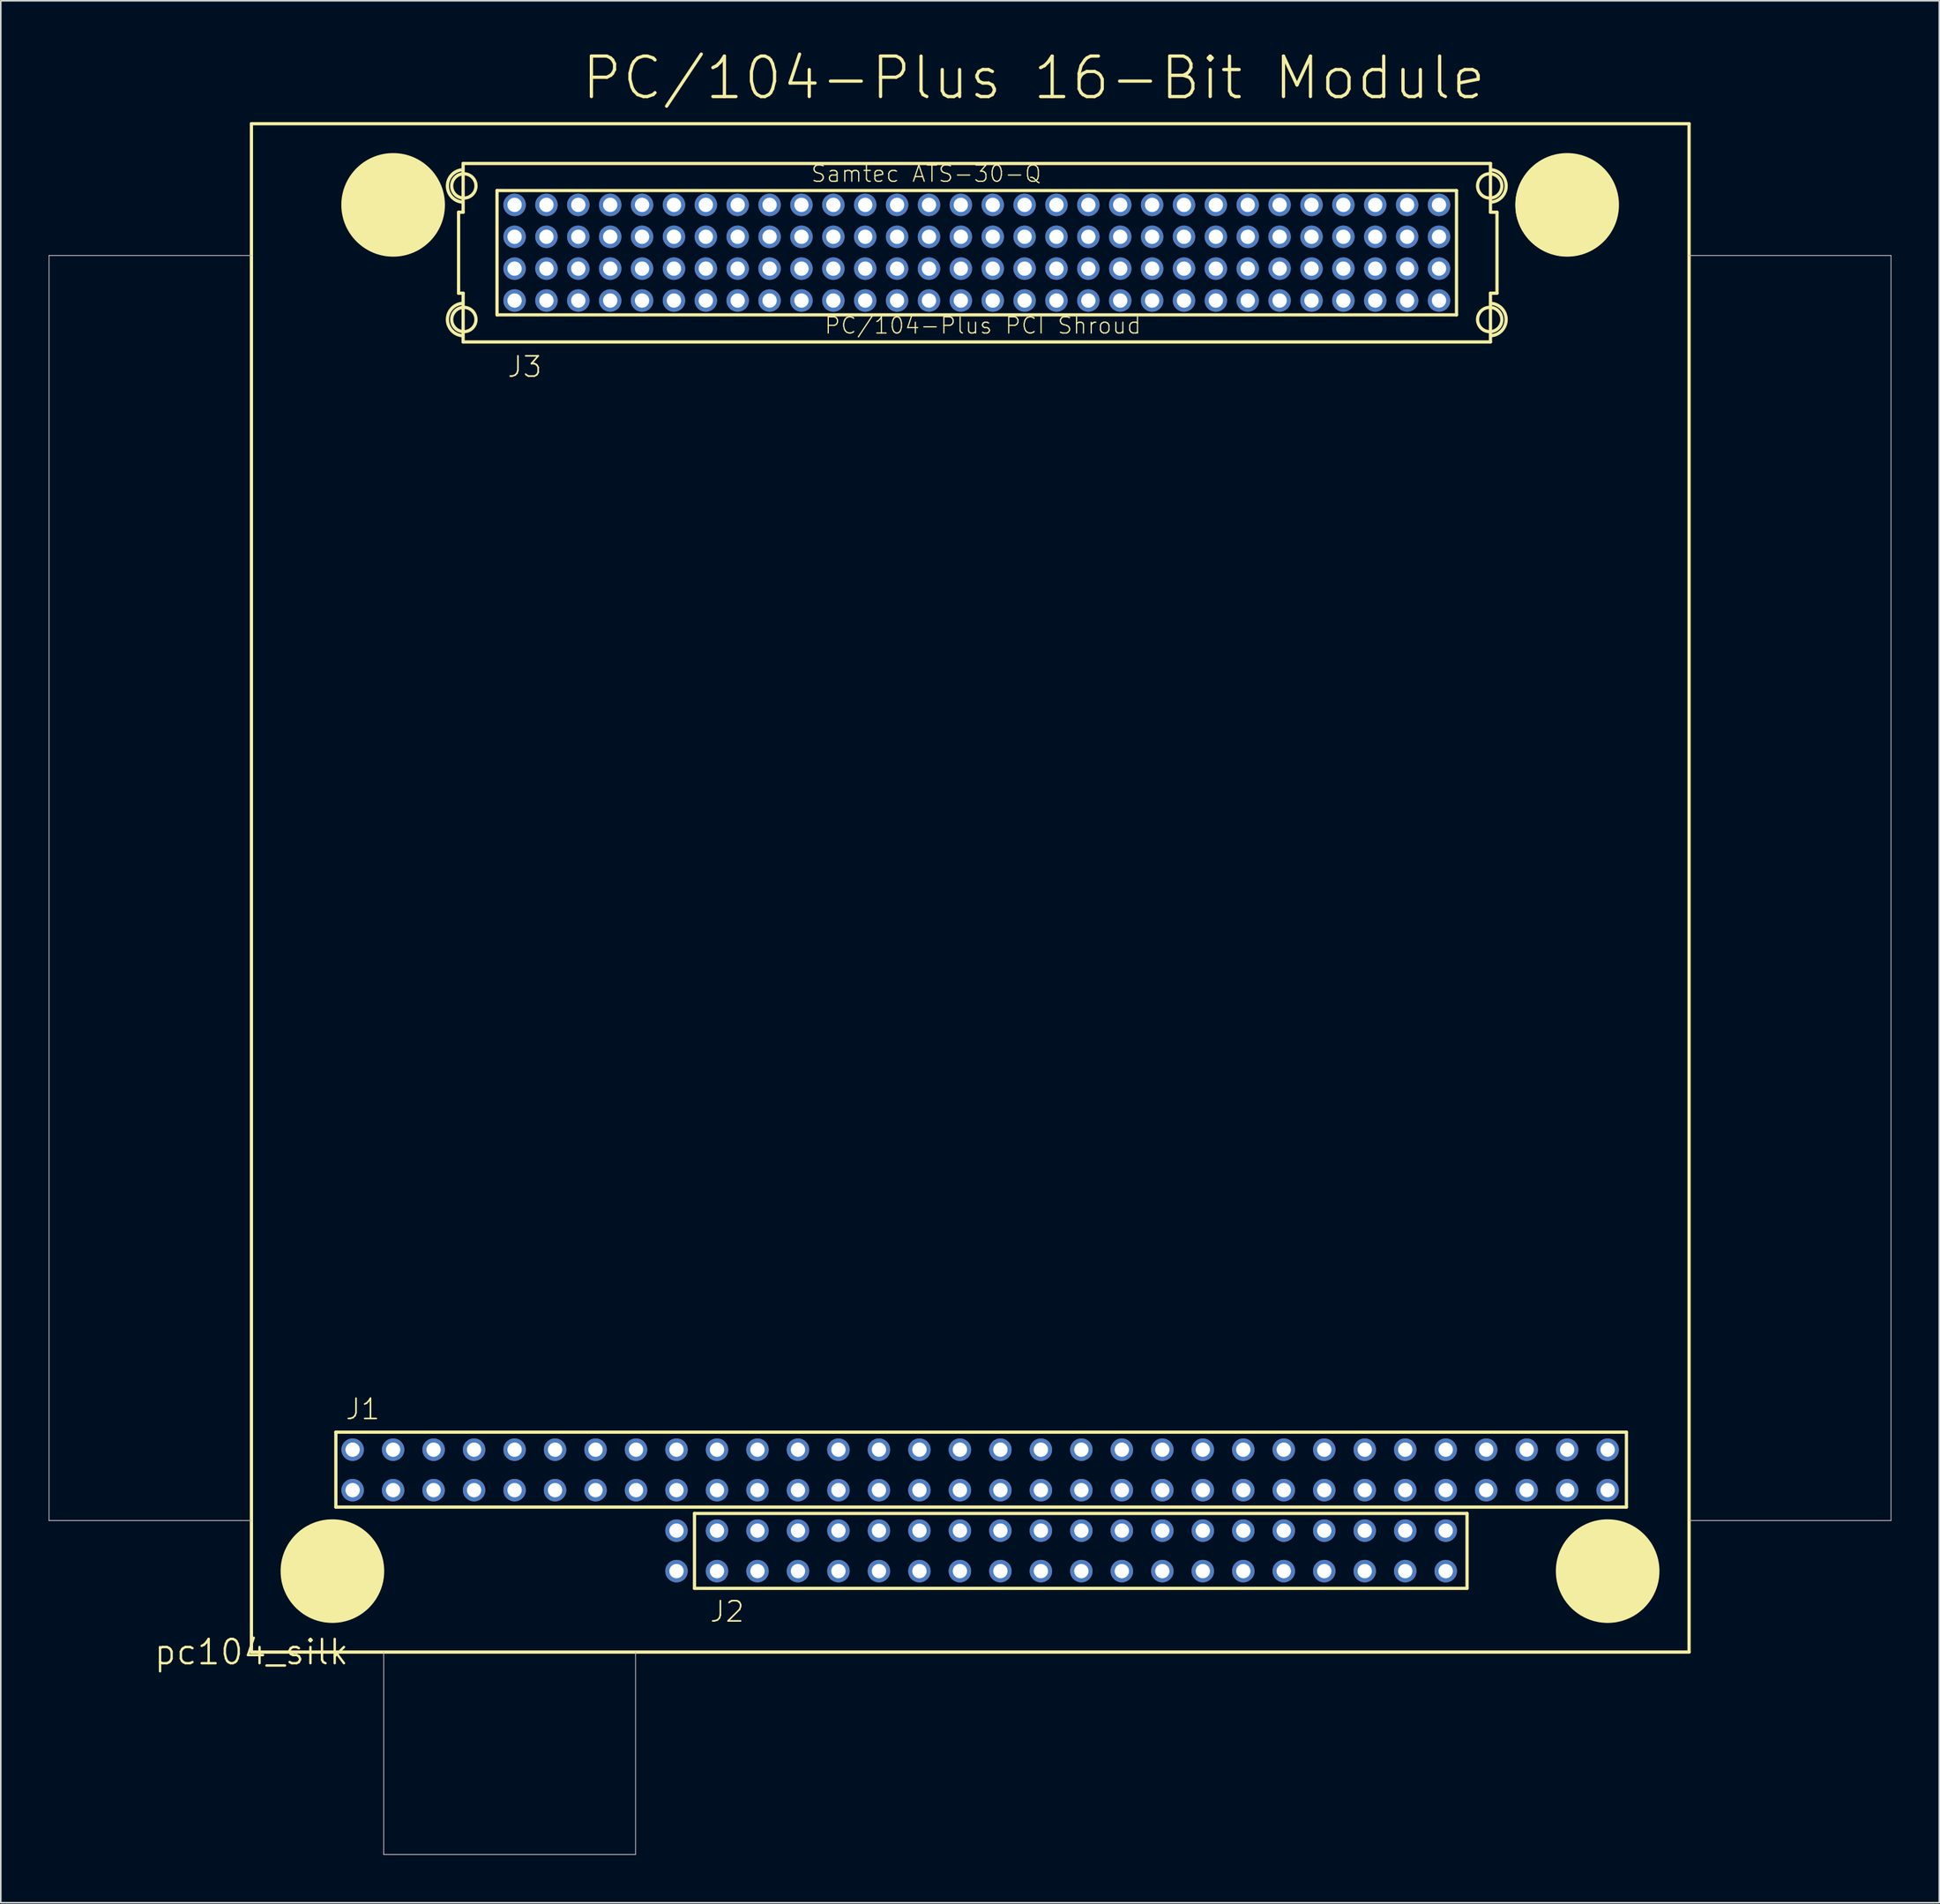
<source format=kicad_pcb>
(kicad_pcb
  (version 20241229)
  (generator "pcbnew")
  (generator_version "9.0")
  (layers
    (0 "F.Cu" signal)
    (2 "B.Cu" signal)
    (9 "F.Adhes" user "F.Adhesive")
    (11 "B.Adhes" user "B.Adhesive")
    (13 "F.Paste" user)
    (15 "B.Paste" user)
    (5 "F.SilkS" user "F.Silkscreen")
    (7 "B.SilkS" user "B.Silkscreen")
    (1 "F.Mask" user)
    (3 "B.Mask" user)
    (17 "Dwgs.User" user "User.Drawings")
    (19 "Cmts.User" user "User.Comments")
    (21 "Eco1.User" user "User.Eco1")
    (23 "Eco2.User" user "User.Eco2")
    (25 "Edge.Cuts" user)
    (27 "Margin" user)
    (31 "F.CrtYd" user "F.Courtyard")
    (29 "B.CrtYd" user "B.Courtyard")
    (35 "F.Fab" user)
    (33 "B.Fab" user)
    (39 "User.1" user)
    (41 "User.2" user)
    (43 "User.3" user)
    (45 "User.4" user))
  (footprint "pc104_silk"
    (layer "F.Cu")
    (at 12.725 100.61)
    (property "Reference" "pc104_silk" (at 0 0 0) (layer "F.SilkS") (effects (font (size 1.524 1.524) (thickness 0.15))))
    (attr exclude_from_pos_files exclude_from_bom)
    (fp_line (start 0 -95.898) (end 0 0) (stroke (width 0.203) (type solid)) (layer "F.SilkS"))
    (fp_line (start 0 0) (end 90.198 0) (stroke (width 0.203) (type solid)) (layer "F.SilkS"))
    (fp_line (start 5.298 -13.8) (end 86.269 -13.8) (stroke (width 0.203) (type solid)) (layer "F.SilkS"))
    (fp_line (start 5.298 -9.098) (end 5.298 -13.8) (stroke (width 0.203) (type solid)) (layer "F.SilkS"))
    (fp_line (start 12.997 -90.343) (end 13.282 -90.343) (stroke (width 0.203) (type solid)) (layer "F.SilkS"))
    (fp_line (start 12.997 -85.263) (end 12.997 -90.343) (stroke (width 0.203) (type solid)) (layer "F.SilkS"))
    (fp_line (start 13.282 -93.403) (end 77.737 -93.403) (stroke (width 0.203) (type solid)) (layer "F.SilkS"))
    (fp_line (start 13.282 -90.343) (end 13.282 -93.403) (stroke (width 0.203) (type solid)) (layer "F.SilkS"))
    (fp_line (start 13.282 -85.263) (end 12.997 -85.263) (stroke (width 0.203) (type solid)) (layer "F.SilkS"))
    (fp_line (start 13.282 -82.205) (end 13.282 -85.263) (stroke (width 0.203) (type solid)) (layer "F.SilkS"))
    (fp_line (start 15.408 -91.704) (end 75.608 -91.704) (stroke (width 0.203) (type solid)) (layer "F.SilkS"))
    (fp_line (start 15.408 -83.904) (end 15.408 -91.704) (stroke (width 0.203) (type solid)) (layer "F.SilkS"))
    (fp_line (start 27.798 -8.7) (end 76.269 -8.7) (stroke (width 0.203) (type solid)) (layer "F.SilkS"))
    (fp_line (start 27.798 -3.998) (end 27.798 -8.7) (stroke (width 0.203) (type solid)) (layer "F.SilkS"))
    (fp_line (start 75.608 -91.704) (end 75.608 -83.904) (stroke (width 0.203) (type solid)) (layer "F.SilkS"))
    (fp_line (start 75.608 -83.904) (end 15.408 -83.904) (stroke (width 0.203) (type solid)) (layer "F.SilkS"))
    (fp_line (start 76.269 -8.7) (end 76.269 -3.998) (stroke (width 0.203) (type solid)) (layer "F.SilkS"))
    (fp_line (start 76.269 -3.998) (end 27.798 -3.998) (stroke (width 0.203) (type solid)) (layer "F.SilkS"))
    (fp_line (start 77.737 -93.403) (end 77.737 -90.343) (stroke (width 0.203) (type solid)) (layer "F.SilkS"))
    (fp_line (start 77.737 -90.343) (end 78.148 -90.343) (stroke (width 0.203) (type solid)) (layer "F.SilkS"))
    (fp_line (start 77.737 -85.263) (end 77.737 -82.205) (stroke (width 0.203) (type solid)) (layer "F.SilkS"))
    (fp_line (start 77.737 -82.205) (end 13.282 -82.205) (stroke (width 0.203) (type solid)) (layer "F.SilkS"))
    (fp_line (start 78.148 -90.343) (end 78.148 -85.263) (stroke (width 0.203) (type solid)) (layer "F.SilkS"))
    (fp_line (start 78.148 -85.263) (end 77.737 -85.263) (stroke (width 0.203) (type solid)) (layer "F.SilkS"))
    (fp_line (start 86.269 -13.8) (end 86.269 -9.098) (stroke (width 0.203) (type solid)) (layer "F.SilkS"))
    (fp_line (start 86.269 -9.098) (end 5.298 -9.098) (stroke (width 0.203) (type solid)) (layer "F.SilkS"))
    (fp_line (start 90.198 -95.898) (end 0 -95.898) (stroke (width 0.203) (type solid)) (layer "F.SilkS"))
    (fp_line (start 90.198 0) (end 90.198 -95.898) (stroke (width 0.203) (type solid)) (layer "F.SilkS"))
    (fp_arc (start 13.25118 -90.97772) (mid 12.296698 -91.9933) (end 13.250341 -93.009667) (stroke (width 0.2032) (type solid)) (layer "F.SilkS"))
    (fp_arc (start 13.25118 -82.59572) (mid 12.296698 -83.6113) (end 13.250341 -84.627667) (stroke (width 0.2032) (type solid)) (layer "F.SilkS"))
    (fp_arc (start 77.76718 -93.00972) (mid 78.721662 -91.99414) (end 77.768019 -90.977773) (stroke (width 0.2032) (type solid)) (layer "F.SilkS"))
    (fp_arc (start 77.76718 -84.62772) (mid 78.721662 -83.61214) (end 77.768019 -82.595773) (stroke (width 0.2032) (type solid)) (layer "F.SilkS"))
    (fp_circle (center 5.08 -5.08) (end 5.08 -8.255) (stroke (width 0.15) (type solid)) (fill no) (layer "F.SilkS"))
    (fp_circle (center 5.098 -5.098) (end 5.098 -8.296) (stroke (width 0) (type solid)) (fill yes) (layer "F.SilkS"))
    (fp_circle (center 8.89 -90.805) (end 8.89 -93.98) (stroke (width 0.15) (type solid)) (fill no) (layer "F.SilkS"))
    (fp_circle (center 8.898 -90.8) (end 8.898 -93.998) (stroke (width 0) (type solid)) (fill yes) (layer "F.SilkS"))
    (fp_circle (center 13.327 -91.994) (end 13.327 -92.756) (stroke (width 0.203) (type solid)) (fill no) (layer "F.SilkS"))
    (fp_circle (center 13.327 -83.612) (end 13.327 -84.374) (stroke (width 0.203) (type solid)) (fill no) (layer "F.SilkS"))
    (fp_circle (center 77.691 -91.994) (end 77.691 -92.756) (stroke (width 0.203) (type solid)) (fill no) (layer "F.SilkS"))
    (fp_circle (center 77.691 -83.612) (end 77.691 -84.374) (stroke (width 0.203) (type solid)) (fill no) (layer "F.SilkS"))
    (fp_circle (center 82.499 -90.8) (end 82.499 -93.998) (stroke (width 0) (type solid)) (fill yes) (layer "F.SilkS"))
    (fp_circle (center 82.55 -90.805) (end 82.55 -93.98) (stroke (width 0.15) (type solid)) (fill no) (layer "F.SilkS"))
    (fp_circle (center 85.09 -5.08) (end 85.09 -8.255) (stroke (width 0.15) (type solid)) (fill no) (layer "F.SilkS"))
    (fp_circle (center 85.098 -5.098) (end 85.098 -8.296) (stroke (width 0) (type solid)) (fill yes) (layer "F.SilkS"))
    (fp_line (start -12.7 -87.63) (end -12.7 -8.255) (stroke (width 0.051) (type solid)) (layer "Dwgs.User"))
    (fp_line (start -12.7 -8.255) (end 0 -8.255) (stroke (width 0.051) (type solid)) (layer "Dwgs.User"))
    (fp_line (start 0 -87.63) (end -12.7 -87.63) (stroke (width 0.051) (type solid)) (layer "Dwgs.User"))
    (fp_line (start 8.298 0) (end 8.298 12.7) (stroke (width 0.051) (type solid)) (layer "Dwgs.User"))
    (fp_line (start 8.298 12.7) (end 24.1 12.7) (stroke (width 0.051) (type solid)) (layer "Dwgs.User"))
    (fp_line (start 24.1 12.7) (end 24.1 0) (stroke (width 0.051) (type solid)) (layer "Dwgs.User"))
    (fp_line (start 90.221 -8.255) (end 102.87 -8.255) (stroke (width 0.051) (type solid)) (layer "Dwgs.User"))
    (fp_line (start 102.87 -87.63) (end 90.17 -87.63) (stroke (width 0.051) (type solid)) (layer "Dwgs.User"))
    (fp_line (start 102.87 -8.255) (end 102.87 -87.63) (stroke (width 0.051) (type solid)) (layer "Dwgs.User"))
    (fp_text user "Samtec ATS-30-Q" (at 42.334 -92.756 0) (layer "F.SilkS") (effects (font (size 1.016 1.016) (thickness 0.076))))
    (fp_text user "PC/104-Plus 16-Bit Module" (at 49.088 -98.768 0) (layer "F.SilkS") (effects (font (size 2.54 2.54) (thickness 0.203))))
    (fp_text user "J1" (at 6.985 -15.24 0) (layer "F.SilkS") (effects (font (size 1.27 1.27) (thickness 0.102))))
    (fp_text user "J2" (at 29.845 -2.54 0) (layer "F.SilkS") (effects (font (size 1.27 1.27) (thickness 0.102))))
    (fp_text user "PC/104-Plus PCI Shroud" (at 45.89 -83.231 0) (layer "F.SilkS") (effects (font (size 1.016 1.016) (thickness 0.076))))
    (fp_text user "J3" (at 17.145 -80.645 0) (layer "F.SilkS") (effects (font (size 1.27 1.27) (thickness 0.102))))
    (pad "A1" thru_hole circle (at 6.35 -10.16) (size 1.407 1.407) (drill 0.899) (layers "*.Cu" "*.Paste" "*.Mask"))
    (pad "A2" thru_hole circle (at 8.89 -10.16) (size 1.407 1.407) (drill 0.899) (layers "*.Cu" "*.Paste" "*.Mask"))
    (pad "A3" thru_hole circle (at 11.43 -10.16) (size 1.407 1.407) (drill 0.899) (layers "*.Cu" "*.Paste" "*.Mask"))
    (pad "A4" thru_hole circle (at 13.97 -10.16) (size 1.407 1.407) (drill 0.899) (layers "*.Cu" "*.Paste" "*.Mask"))
    (pad "A5" thru_hole circle (at 16.51 -10.16) (size 1.407 1.407) (drill 0.899) (layers "*.Cu" "*.Paste" "*.Mask"))
    (pad "A6" thru_hole circle (at 19.05 -10.16) (size 1.407 1.407) (drill 0.899) (layers "*.Cu" "*.Paste" "*.Mask"))
    (pad "A7" thru_hole circle (at 21.59 -10.16) (size 1.407 1.407) (drill 0.899) (layers "*.Cu" "*.Paste" "*.Mask"))
    (pad "A8" thru_hole circle (at 24.13 -10.16) (size 1.407 1.407) (drill 0.899) (layers "*.Cu" "*.Paste" "*.Mask"))
    (pad "A9" thru_hole circle (at 26.67 -10.16) (size 1.407 1.407) (drill 0.899) (layers "*.Cu" "*.Paste" "*.Mask"))
    (pad "A10" thru_hole circle (at 29.21 -10.16) (size 1.407 1.407) (drill 0.899) (layers "*.Cu" "*.Paste" "*.Mask"))
    (pad "A11" thru_hole circle (at 31.75 -10.16) (size 1.407 1.407) (drill 0.899) (layers "*.Cu" "*.Paste" "*.Mask"))
    (pad "A12" thru_hole circle (at 34.29 -10.16) (size 1.407 1.407) (drill 0.899) (layers "*.Cu" "*.Paste" "*.Mask"))
    (pad "A13" thru_hole circle (at 36.83 -10.16) (size 1.407 1.407) (drill 0.899) (layers "*.Cu" "*.Paste" "*.Mask"))
    (pad "A14" thru_hole circle (at 39.37 -10.16) (size 1.407 1.407) (drill 0.899) (layers "*.Cu" "*.Paste" "*.Mask"))
    (pad "A15" thru_hole circle (at 41.91 -10.16) (size 1.407 1.407) (drill 0.899) (layers "*.Cu" "*.Paste" "*.Mask"))
    (pad "A16" thru_hole circle (at 44.45 -10.16) (size 1.407 1.407) (drill 0.899) (layers "*.Cu" "*.Paste" "*.Mask"))
    (pad "A17" thru_hole circle (at 46.99 -10.16) (size 1.407 1.407) (drill 0.899) (layers "*.Cu" "*.Paste" "*.Mask"))
    (pad "A18" thru_hole circle (at 49.53 -10.16) (size 1.407 1.407) (drill 0.899) (layers "*.Cu" "*.Paste" "*.Mask"))
    (pad "A19" thru_hole circle (at 52.07 -10.16) (size 1.407 1.407) (drill 0.899) (layers "*.Cu" "*.Paste" "*.Mask"))
    (pad "A20" thru_hole circle (at 54.61 -10.16) (size 1.407 1.407) (drill 0.899) (layers "*.Cu" "*.Paste" "*.Mask"))
    (pad "A21" thru_hole circle (at 57.15 -10.16) (size 1.407 1.407) (drill 0.899) (layers "*.Cu" "*.Paste" "*.Mask"))
    (pad "A22" thru_hole circle (at 59.69 -10.16) (size 1.407 1.407) (drill 0.899) (layers "*.Cu" "*.Paste" "*.Mask"))
    (pad "A23" thru_hole circle (at 62.23 -10.16) (size 1.407 1.407) (drill 0.899) (layers "*.Cu" "*.Paste" "*.Mask"))
    (pad "A24" thru_hole circle (at 64.77 -10.16) (size 1.407 1.407) (drill 0.899) (layers "*.Cu" "*.Paste" "*.Mask"))
    (pad "A25" thru_hole circle (at 67.31 -10.16) (size 1.407 1.407) (drill 0.899) (layers "*.Cu" "*.Paste" "*.Mask"))
    (pad "A26" thru_hole circle (at 69.85 -10.16) (size 1.407 1.407) (drill 0.899) (layers "*.Cu" "*.Paste" "*.Mask"))
    (pad "A27" thru_hole circle (at 72.39 -10.16) (size 1.407 1.407) (drill 0.899) (layers "*.Cu" "*.Paste" "*.Mask"))
    (pad "A28" thru_hole circle (at 74.93 -10.16) (size 1.407 1.407) (drill 0.899) (layers "*.Cu" "*.Paste" "*.Mask"))
    (pad "A29" thru_hole circle (at 77.47 -10.16) (size 1.407 1.407) (drill 0.899) (layers "*.Cu" "*.Paste" "*.Mask"))
    (pad "A30" thru_hole circle (at 80.01 -10.16) (size 1.407 1.407) (drill 0.899) (layers "*.Cu" "*.Paste" "*.Mask"))
    (pad "A31" thru_hole circle (at 82.55 -10.16) (size 1.407 1.407) (drill 0.899) (layers "*.Cu" "*.Paste" "*.Mask"))
    (pad "A32" thru_hole circle (at 85.09 -10.16) (size 1.407 1.407) (drill 0.899) (layers "*.Cu" "*.Paste" "*.Mask"))
    (pad "B1" thru_hole circle (at 6.35 -12.7) (size 1.407 1.407) (drill 0.899) (layers "*.Cu" "*.Paste" "*.Mask"))
    (pad "B2" thru_hole circle (at 8.89 -12.7) (size 1.407 1.407) (drill 0.899) (layers "*.Cu" "*.Paste" "*.Mask"))
    (pad "B3" thru_hole circle (at 11.43 -12.7) (size 1.407 1.407) (drill 0.899) (layers "*.Cu" "*.Paste" "*.Mask"))
    (pad "B4" thru_hole circle (at 13.97 -12.7) (size 1.407 1.407) (drill 0.899) (layers "*.Cu" "*.Paste" "*.Mask"))
    (pad "B5" thru_hole circle (at 16.51 -12.7) (size 1.407 1.407) (drill 0.899) (layers "*.Cu" "*.Paste" "*.Mask"))
    (pad "B6" thru_hole circle (at 19.05 -12.7) (size 1.407 1.407) (drill 0.899) (layers "*.Cu" "*.Paste" "*.Mask"))
    (pad "B7" thru_hole circle (at 21.59 -12.7) (size 1.407 1.407) (drill 0.899) (layers "*.Cu" "*.Paste" "*.Mask"))
    (pad "B8" thru_hole circle (at 24.13 -12.7) (size 1.407 1.407) (drill 0.899) (layers "*.Cu" "*.Paste" "*.Mask"))
    (pad "B9" thru_hole circle (at 26.67 -12.7) (size 1.407 1.407) (drill 0.899) (layers "*.Cu" "*.Paste" "*.Mask"))
    (pad "B10" thru_hole circle (at 29.21 -12.7) (size 1.407 1.407) (drill 0.899) (layers "*.Cu" "*.Paste" "*.Mask"))
    (pad "B11" thru_hole circle (at 31.75 -12.7) (size 1.407 1.407) (drill 0.899) (layers "*.Cu" "*.Paste" "*.Mask"))
    (pad "B12" thru_hole circle (at 34.29 -12.7) (size 1.407 1.407) (drill 0.899) (layers "*.Cu" "*.Paste" "*.Mask"))
    (pad "B13" thru_hole circle (at 36.83 -12.7) (size 1.407 1.407) (drill 0.899) (layers "*.Cu" "*.Paste" "*.Mask"))
    (pad "B14" thru_hole circle (at 39.37 -12.7) (size 1.407 1.407) (drill 0.899) (layers "*.Cu" "*.Paste" "*.Mask"))
    (pad "B15" thru_hole circle (at 41.91 -12.7) (size 1.407 1.407) (drill 0.899) (layers "*.Cu" "*.Paste" "*.Mask"))
    (pad "B16" thru_hole circle (at 44.45 -12.7) (size 1.407 1.407) (drill 0.899) (layers "*.Cu" "*.Paste" "*.Mask"))
    (pad "B17" thru_hole circle (at 46.99 -12.7) (size 1.407 1.407) (drill 0.899) (layers "*.Cu" "*.Paste" "*.Mask"))
    (pad "B18" thru_hole circle (at 49.53 -12.7) (size 1.407 1.407) (drill 0.899) (layers "*.Cu" "*.Paste" "*.Mask"))
    (pad "B19" thru_hole circle (at 52.07 -12.7) (size 1.407 1.407) (drill 0.899) (layers "*.Cu" "*.Paste" "*.Mask"))
    (pad "B20" thru_hole circle (at 54.61 -12.7) (size 1.407 1.407) (drill 0.899) (layers "*.Cu" "*.Paste" "*.Mask"))
    (pad "B21" thru_hole circle (at 57.15 -12.7) (size 1.407 1.407) (drill 0.899) (layers "*.Cu" "*.Paste" "*.Mask"))
    (pad "B22" thru_hole circle (at 59.69 -12.7) (size 1.407 1.407) (drill 0.899) (layers "*.Cu" "*.Paste" "*.Mask"))
    (pad "B23" thru_hole circle (at 62.23 -12.7) (size 1.407 1.407) (drill 0.899) (layers "*.Cu" "*.Paste" "*.Mask"))
    (pad "B24" thru_hole circle (at 64.77 -12.7) (size 1.407 1.407) (drill 0.899) (layers "*.Cu" "*.Paste" "*.Mask"))
    (pad "B25" thru_hole circle (at 67.31 -12.7) (size 1.407 1.407) (drill 0.899) (layers "*.Cu" "*.Paste" "*.Mask"))
    (pad "B26" thru_hole circle (at 69.85 -12.7) (size 1.407 1.407) (drill 0.899) (layers "*.Cu" "*.Paste" "*.Mask"))
    (pad "B27" thru_hole circle (at 72.39 -12.7) (size 1.407 1.407) (drill 0.899) (layers "*.Cu" "*.Paste" "*.Mask"))
    (pad "B28" thru_hole circle (at 74.93 -12.7) (size 1.407 1.407) (drill 0.899) (layers "*.Cu" "*.Paste" "*.Mask"))
    (pad "B29" thru_hole circle (at 77.47 -12.7) (size 1.407 1.407) (drill 0.899) (layers "*.Cu" "*.Paste" "*.Mask"))
    (pad "B30" thru_hole circle (at 80.01 -12.7) (size 1.407 1.407) (drill 0.899) (layers "*.Cu" "*.Paste" "*.Mask"))
    (pad "B31" thru_hole circle (at 82.55 -12.7) (size 1.407 1.407) (drill 0.899) (layers "*.Cu" "*.Paste" "*.Mask"))
    (pad "B32" thru_hole circle (at 85.09 -12.7) (size 1.407 1.407) (drill 0.899) (layers "*.Cu" "*.Paste" "*.Mask"))
    (pad "C0" thru_hole circle (at 26.67 -7.62) (size 1.407 1.407) (drill 0.899) (layers "*.Cu" "*.Paste" "*.Mask"))
    (pad "C1" thru_hole circle (at 29.21 -7.62) (size 1.407 1.407) (drill 0.899) (layers "*.Cu" "*.Paste" "*.Mask"))
    (pad "C2" thru_hole circle (at 31.75 -7.62) (size 1.407 1.407) (drill 0.899) (layers "*.Cu" "*.Paste" "*.Mask"))
    (pad "C3" thru_hole circle (at 34.29 -7.62) (size 1.407 1.407) (drill 0.899) (layers "*.Cu" "*.Paste" "*.Mask"))
    (pad "C4" thru_hole circle (at 36.83 -7.62) (size 1.407 1.407) (drill 0.899) (layers "*.Cu" "*.Paste" "*.Mask"))
    (pad "C5" thru_hole circle (at 39.37 -7.62) (size 1.407 1.407) (drill 0.899) (layers "*.Cu" "*.Paste" "*.Mask"))
    (pad "C6" thru_hole circle (at 41.91 -7.62) (size 1.407 1.407) (drill 0.899) (layers "*.Cu" "*.Paste" "*.Mask"))
    (pad "C7" thru_hole circle (at 44.45 -7.62) (size 1.407 1.407) (drill 0.899) (layers "*.Cu" "*.Paste" "*.Mask"))
    (pad "C8" thru_hole circle (at 46.99 -7.62) (size 1.407 1.407) (drill 0.899) (layers "*.Cu" "*.Paste" "*.Mask"))
    (pad "C9" thru_hole circle (at 49.53 -7.62) (size 1.407 1.407) (drill 0.899) (layers "*.Cu" "*.Paste" "*.Mask"))
    (pad "C10" thru_hole circle (at 52.07 -7.62) (size 1.407 1.407) (drill 0.899) (layers "*.Cu" "*.Paste" "*.Mask"))
    (pad "C11" thru_hole circle (at 54.61 -7.62) (size 1.407 1.407) (drill 0.899) (layers "*.Cu" "*.Paste" "*.Mask"))
    (pad "C12" thru_hole circle (at 57.15 -7.62) (size 1.407 1.407) (drill 0.899) (layers "*.Cu" "*.Paste" "*.Mask"))
    (pad "C13" thru_hole circle (at 59.69 -7.62) (size 1.407 1.407) (drill 0.899) (layers "*.Cu" "*.Paste" "*.Mask"))
    (pad "C14" thru_hole circle (at 62.23 -7.62) (size 1.407 1.407) (drill 0.899) (layers "*.Cu" "*.Paste" "*.Mask"))
    (pad "C15" thru_hole circle (at 64.77 -7.62) (size 1.407 1.407) (drill 0.899) (layers "*.Cu" "*.Paste" "*.Mask"))
    (pad "C16" thru_hole circle (at 67.31 -7.62) (size 1.407 1.407) (drill 0.899) (layers "*.Cu" "*.Paste" "*.Mask"))
    (pad "C17" thru_hole circle (at 69.85 -7.62) (size 1.407 1.407) (drill 0.899) (layers "*.Cu" "*.Paste" "*.Mask"))
    (pad "C18" thru_hole circle (at 72.39 -7.62) (size 1.407 1.407) (drill 0.899) (layers "*.Cu" "*.Paste" "*.Mask"))
    (pad "C19" thru_hole circle (at 74.93 -7.62) (size 1.407 1.407) (drill 0.899) (layers "*.Cu" "*.Paste" "*.Mask"))
    (pad "D0" thru_hole circle (at 26.67 -5.08) (size 1.407 1.407) (drill 0.899) (layers "*.Cu" "*.Paste" "*.Mask"))
    (pad "D1" thru_hole circle (at 29.21 -5.08) (size 1.407 1.407) (drill 0.899) (layers "*.Cu" "*.Paste" "*.Mask"))
    (pad "D2" thru_hole circle (at 31.75 -5.08) (size 1.407 1.407) (drill 0.899) (layers "*.Cu" "*.Paste" "*.Mask"))
    (pad "D3" thru_hole circle (at 34.29 -5.08) (size 1.407 1.407) (drill 0.899) (layers "*.Cu" "*.Paste" "*.Mask"))
    (pad "D4" thru_hole circle (at 36.83 -5.08) (size 1.407 1.407) (drill 0.899) (layers "*.Cu" "*.Paste" "*.Mask"))
    (pad "D5" thru_hole circle (at 39.37 -5.08) (size 1.407 1.407) (drill 0.899) (layers "*.Cu" "*.Paste" "*.Mask"))
    (pad "D6" thru_hole circle (at 41.91 -5.08) (size 1.407 1.407) (drill 0.899) (layers "*.Cu" "*.Paste" "*.Mask"))
    (pad "D7" thru_hole circle (at 44.45 -5.08) (size 1.407 1.407) (drill 0.899) (layers "*.Cu" "*.Paste" "*.Mask"))
    (pad "D8" thru_hole circle (at 46.99 -5.08) (size 1.407 1.407) (drill 0.899) (layers "*.Cu" "*.Paste" "*.Mask"))
    (pad "D9" thru_hole circle (at 49.53 -5.08) (size 1.407 1.407) (drill 0.899) (layers "*.Cu" "*.Paste" "*.Mask"))
    (pad "D10" thru_hole circle (at 52.07 -5.08) (size 1.407 1.407) (drill 0.899) (layers "*.Cu" "*.Paste" "*.Mask"))
    (pad "D11" thru_hole circle (at 54.61 -5.08) (size 1.407 1.407) (drill 0.899) (layers "*.Cu" "*.Paste" "*.Mask"))
    (pad "D12" thru_hole circle (at 57.15 -5.08) (size 1.407 1.407) (drill 0.899) (layers "*.Cu" "*.Paste" "*.Mask"))
    (pad "D13" thru_hole circle (at 59.69 -5.08) (size 1.407 1.407) (drill 0.899) (layers "*.Cu" "*.Paste" "*.Mask"))
    (pad "D14" thru_hole circle (at 62.23 -5.08) (size 1.407 1.407) (drill 0.899) (layers "*.Cu" "*.Paste" "*.Mask"))
    (pad "D15" thru_hole circle (at 64.77 -5.08) (size 1.407 1.407) (drill 0.899) (layers "*.Cu" "*.Paste" "*.Mask"))
    (pad "D16" thru_hole circle (at 67.31 -5.08) (size 1.407 1.407) (drill 0.899) (layers "*.Cu" "*.Paste" "*.Mask"))
    (pad "D17" thru_hole circle (at 69.85 -5.08) (size 1.407 1.407) (drill 0.899) (layers "*.Cu" "*.Paste" "*.Mask"))
    (pad "D18" thru_hole circle (at 72.39 -5.08) (size 1.407 1.407) (drill 0.899) (layers "*.Cu" "*.Paste" "*.Mask"))
    (pad "D19" thru_hole circle (at 74.93 -5.08) (size 1.407 1.407) (drill 0.899) (layers "*.Cu" "*.Paste" "*.Mask"))
    (pad "J3-A" thru_hole circle (at 16.51 -84.803) (size 1.407 1.407) (drill 0.899) (layers "*.Cu" "*.Paste" "*.Mask"))
    (pad "J3-A" thru_hole circle (at 18.509 -84.803) (size 1.407 1.407) (drill 0.899) (layers "*.Cu" "*.Paste" "*.Mask"))
    (pad "J3-A" thru_hole circle (at 20.508 -84.803) (size 1.407 1.407) (drill 0.899) (layers "*.Cu" "*.Paste" "*.Mask"))
    (pad "J3-A" thru_hole circle (at 22.509 -84.803) (size 1.407 1.407) (drill 0.899) (layers "*.Cu" "*.Paste" "*.Mask"))
    (pad "J3-A" thru_hole circle (at 24.508 -84.803) (size 1.407 1.407) (drill 0.899) (layers "*.Cu" "*.Paste" "*.Mask"))
    (pad "J3-A" thru_hole circle (at 26.51 -84.803) (size 1.407 1.407) (drill 0.899) (layers "*.Cu" "*.Paste" "*.Mask"))
    (pad "J3-A" thru_hole circle (at 28.509 -84.803) (size 1.407 1.407) (drill 0.899) (layers "*.Cu" "*.Paste" "*.Mask"))
    (pad "J3-A" thru_hole circle (at 30.508 -84.803) (size 1.407 1.407) (drill 0.899) (layers "*.Cu" "*.Paste" "*.Mask"))
    (pad "J3-A" thru_hole circle (at 32.509 -84.803) (size 1.407 1.407) (drill 0.899) (layers "*.Cu" "*.Paste" "*.Mask"))
    (pad "J3-A" thru_hole circle (at 34.508 -84.803) (size 1.407 1.407) (drill 0.899) (layers "*.Cu" "*.Paste" "*.Mask"))
    (pad "J3-A" thru_hole circle (at 36.51 -84.803) (size 1.407 1.407) (drill 0.899) (layers "*.Cu" "*.Paste" "*.Mask"))
    (pad "J3-A" thru_hole circle (at 38.509 -84.803) (size 1.407 1.407) (drill 0.899) (layers "*.Cu" "*.Paste" "*.Mask"))
    (pad "J3-A" thru_hole circle (at 40.508 -84.803) (size 1.407 1.407) (drill 0.899) (layers "*.Cu" "*.Paste" "*.Mask"))
    (pad "J3-A" thru_hole circle (at 42.509 -84.803) (size 1.407 1.407) (drill 0.899) (layers "*.Cu" "*.Paste" "*.Mask"))
    (pad "J3-A" thru_hole circle (at 44.508 -84.803) (size 1.407 1.407) (drill 0.899) (layers "*.Cu" "*.Paste" "*.Mask"))
    (pad "J3-A" thru_hole circle (at 46.51 -84.803) (size 1.407 1.407) (drill 0.899) (layers "*.Cu" "*.Paste" "*.Mask"))
    (pad "J3-A" thru_hole circle (at 48.509 -84.803) (size 1.407 1.407) (drill 0.899) (layers "*.Cu" "*.Paste" "*.Mask"))
    (pad "J3-A" thru_hole circle (at 50.508 -84.803) (size 1.407 1.407) (drill 0.899) (layers "*.Cu" "*.Paste" "*.Mask"))
    (pad "J3-A" thru_hole circle (at 52.509 -84.803) (size 1.407 1.407) (drill 0.899) (layers "*.Cu" "*.Paste" "*.Mask"))
    (pad "J3-A" thru_hole circle (at 54.508 -84.803) (size 1.407 1.407) (drill 0.899) (layers "*.Cu" "*.Paste" "*.Mask"))
    (pad "J3-A" thru_hole circle (at 56.51 -84.803) (size 1.407 1.407) (drill 0.899) (layers "*.Cu" "*.Paste" "*.Mask"))
    (pad "J3-A" thru_hole circle (at 58.509 -84.803) (size 1.407 1.407) (drill 0.899) (layers "*.Cu" "*.Paste" "*.Mask"))
    (pad "J3-A" thru_hole circle (at 60.508 -84.803) (size 1.407 1.407) (drill 0.899) (layers "*.Cu" "*.Paste" "*.Mask"))
    (pad "J3-A" thru_hole circle (at 62.509 -84.803) (size 1.407 1.407) (drill 0.899) (layers "*.Cu" "*.Paste" "*.Mask"))
    (pad "J3-A" thru_hole circle (at 64.508 -84.803) (size 1.407 1.407) (drill 0.899) (layers "*.Cu" "*.Paste" "*.Mask"))
    (pad "J3-A" thru_hole circle (at 66.51 -84.803) (size 1.407 1.407) (drill 0.899) (layers "*.Cu" "*.Paste" "*.Mask"))
    (pad "J3-A" thru_hole circle (at 68.509 -84.803) (size 1.407 1.407) (drill 0.899) (layers "*.Cu" "*.Paste" "*.Mask"))
    (pad "J3-A" thru_hole circle (at 70.508 -84.803) (size 1.407 1.407) (drill 0.899) (layers "*.Cu" "*.Paste" "*.Mask"))
    (pad "J3-A" thru_hole circle (at 72.509 -84.803) (size 1.407 1.407) (drill 0.899) (layers "*.Cu" "*.Paste" "*.Mask"))
    (pad "J3-A" thru_hole circle (at 74.508 -84.803) (size 1.407 1.407) (drill 0.899) (layers "*.Cu" "*.Paste" "*.Mask"))
    (pad "J3-B" thru_hole circle (at 16.51 -86.805) (size 1.407 1.407) (drill 0.899) (layers "*.Cu" "*.Paste" "*.Mask"))
    (pad "J3-B" thru_hole circle (at 18.509 -86.805) (size 1.407 1.407) (drill 0.899) (layers "*.Cu" "*.Paste" "*.Mask"))
    (pad "J3-B" thru_hole circle (at 20.508 -86.805) (size 1.407 1.407) (drill 0.899) (layers "*.Cu" "*.Paste" "*.Mask"))
    (pad "J3-B" thru_hole circle (at 22.509 -86.805) (size 1.407 1.407) (drill 0.899) (layers "*.Cu" "*.Paste" "*.Mask"))
    (pad "J3-B" thru_hole circle (at 24.508 -86.805) (size 1.407 1.407) (drill 0.899) (layers "*.Cu" "*.Paste" "*.Mask"))
    (pad "J3-B" thru_hole circle (at 26.51 -86.805) (size 1.407 1.407) (drill 0.899) (layers "*.Cu" "*.Paste" "*.Mask"))
    (pad "J3-B" thru_hole circle (at 28.509 -86.805) (size 1.407 1.407) (drill 0.899) (layers "*.Cu" "*.Paste" "*.Mask"))
    (pad "J3-B" thru_hole circle (at 30.508 -86.805) (size 1.407 1.407) (drill 0.899) (layers "*.Cu" "*.Paste" "*.Mask"))
    (pad "J3-B" thru_hole circle (at 32.509 -86.805) (size 1.407 1.407) (drill 0.899) (layers "*.Cu" "*.Paste" "*.Mask"))
    (pad "J3-B" thru_hole circle (at 34.508 -86.805) (size 1.407 1.407) (drill 0.899) (layers "*.Cu" "*.Paste" "*.Mask"))
    (pad "J3-B" thru_hole circle (at 36.51 -86.805) (size 1.407 1.407) (drill 0.899) (layers "*.Cu" "*.Paste" "*.Mask"))
    (pad "J3-B" thru_hole circle (at 38.509 -86.805) (size 1.407 1.407) (drill 0.899) (layers "*.Cu" "*.Paste" "*.Mask"))
    (pad "J3-B" thru_hole circle (at 40.508 -86.805) (size 1.407 1.407) (drill 0.899) (layers "*.Cu" "*.Paste" "*.Mask"))
    (pad "J3-B" thru_hole circle (at 42.509 -86.805) (size 1.407 1.407) (drill 0.899) (layers "*.Cu" "*.Paste" "*.Mask"))
    (pad "J3-B" thru_hole circle (at 44.508 -86.805) (size 1.407 1.407) (drill 0.899) (layers "*.Cu" "*.Paste" "*.Mask"))
    (pad "J3-B" thru_hole circle (at 46.51 -86.805) (size 1.407 1.407) (drill 0.899) (layers "*.Cu" "*.Paste" "*.Mask"))
    (pad "J3-B" thru_hole circle (at 48.509 -86.805) (size 1.407 1.407) (drill 0.899) (layers "*.Cu" "*.Paste" "*.Mask"))
    (pad "J3-B" thru_hole circle (at 50.508 -86.805) (size 1.407 1.407) (drill 0.899) (layers "*.Cu" "*.Paste" "*.Mask"))
    (pad "J3-B" thru_hole circle (at 52.509 -86.805) (size 1.407 1.407) (drill 0.899) (layers "*.Cu" "*.Paste" "*.Mask"))
    (pad "J3-B" thru_hole circle (at 54.508 -86.805) (size 1.407 1.407) (drill 0.899) (layers "*.Cu" "*.Paste" "*.Mask"))
    (pad "J3-B" thru_hole circle (at 56.51 -86.805) (size 1.407 1.407) (drill 0.899) (layers "*.Cu" "*.Paste" "*.Mask"))
    (pad "J3-B" thru_hole circle (at 58.509 -86.805) (size 1.407 1.407) (drill 0.899) (layers "*.Cu" "*.Paste" "*.Mask"))
    (pad "J3-B" thru_hole circle (at 60.508 -86.805) (size 1.407 1.407) (drill 0.899) (layers "*.Cu" "*.Paste" "*.Mask"))
    (pad "J3-B" thru_hole circle (at 62.509 -86.805) (size 1.407 1.407) (drill 0.899) (layers "*.Cu" "*.Paste" "*.Mask"))
    (pad "J3-B" thru_hole circle (at 64.508 -86.805) (size 1.407 1.407) (drill 0.899) (layers "*.Cu" "*.Paste" "*.Mask"))
    (pad "J3-B" thru_hole circle (at 66.51 -86.805) (size 1.407 1.407) (drill 0.899) (layers "*.Cu" "*.Paste" "*.Mask"))
    (pad "J3-B" thru_hole circle (at 68.509 -86.805) (size 1.407 1.407) (drill 0.899) (layers "*.Cu" "*.Paste" "*.Mask"))
    (pad "J3-B" thru_hole circle (at 70.508 -86.805) (size 1.407 1.407) (drill 0.899) (layers "*.Cu" "*.Paste" "*.Mask"))
    (pad "J3-B" thru_hole circle (at 72.509 -86.805) (size 1.407 1.407) (drill 0.899) (layers "*.Cu" "*.Paste" "*.Mask"))
    (pad "J3-B" thru_hole circle (at 74.508 -86.805) (size 1.407 1.407) (drill 0.899) (layers "*.Cu" "*.Paste" "*.Mask"))
    (pad "J3-C" thru_hole circle (at 16.51 -88.803) (size 1.407 1.407) (drill 0.899) (layers "*.Cu" "*.Paste" "*.Mask"))
    (pad "J3-C" thru_hole circle (at 18.509 -88.803) (size 1.407 1.407) (drill 0.899) (layers "*.Cu" "*.Paste" "*.Mask"))
    (pad "J3-C" thru_hole circle (at 20.508 -88.803) (size 1.407 1.407) (drill 0.899) (layers "*.Cu" "*.Paste" "*.Mask"))
    (pad "J3-C" thru_hole circle (at 22.509 -88.803) (size 1.407 1.407) (drill 0.899) (layers "*.Cu" "*.Paste" "*.Mask"))
    (pad "J3-C" thru_hole circle (at 24.508 -88.803) (size 1.407 1.407) (drill 0.899) (layers "*.Cu" "*.Paste" "*.Mask"))
    (pad "J3-C" thru_hole circle (at 26.51 -88.803) (size 1.407 1.407) (drill 0.899) (layers "*.Cu" "*.Paste" "*.Mask"))
    (pad "J3-C" thru_hole circle (at 28.509 -88.803) (size 1.407 1.407) (drill 0.899) (layers "*.Cu" "*.Paste" "*.Mask"))
    (pad "J3-C" thru_hole circle (at 30.508 -88.803) (size 1.407 1.407) (drill 0.899) (layers "*.Cu" "*.Paste" "*.Mask"))
    (pad "J3-C" thru_hole circle (at 32.509 -88.803) (size 1.407 1.407) (drill 0.899) (layers "*.Cu" "*.Paste" "*.Mask"))
    (pad "J3-C" thru_hole circle (at 34.508 -88.803) (size 1.407 1.407) (drill 0.899) (layers "*.Cu" "*.Paste" "*.Mask"))
    (pad "J3-C" thru_hole circle (at 36.51 -88.803) (size 1.407 1.407) (drill 0.899) (layers "*.Cu" "*.Paste" "*.Mask"))
    (pad "J3-C" thru_hole circle (at 38.509 -88.803) (size 1.407 1.407) (drill 0.899) (layers "*.Cu" "*.Paste" "*.Mask"))
    (pad "J3-C" thru_hole circle (at 40.508 -88.803) (size 1.407 1.407) (drill 0.899) (layers "*.Cu" "*.Paste" "*.Mask"))
    (pad "J3-C" thru_hole circle (at 42.509 -88.803) (size 1.407 1.407) (drill 0.899) (layers "*.Cu" "*.Paste" "*.Mask"))
    (pad "J3-C" thru_hole circle (at 44.508 -88.803) (size 1.407 1.407) (drill 0.899) (layers "*.Cu" "*.Paste" "*.Mask"))
    (pad "J3-C" thru_hole circle (at 46.51 -88.803) (size 1.407 1.407) (drill 0.899) (layers "*.Cu" "*.Paste" "*.Mask"))
    (pad "J3-C" thru_hole circle (at 48.509 -88.803) (size 1.407 1.407) (drill 0.899) (layers "*.Cu" "*.Paste" "*.Mask"))
    (pad "J3-C" thru_hole circle (at 50.508 -88.803) (size 1.407 1.407) (drill 0.899) (layers "*.Cu" "*.Paste" "*.Mask"))
    (pad "J3-C" thru_hole circle (at 52.509 -88.803) (size 1.407 1.407) (drill 0.899) (layers "*.Cu" "*.Paste" "*.Mask"))
    (pad "J3-C" thru_hole circle (at 54.508 -88.803) (size 1.407 1.407) (drill 0.899) (layers "*.Cu" "*.Paste" "*.Mask"))
    (pad "J3-C" thru_hole circle (at 56.51 -88.803) (size 1.407 1.407) (drill 0.899) (layers "*.Cu" "*.Paste" "*.Mask"))
    (pad "J3-C" thru_hole circle (at 58.509 -88.803) (size 1.407 1.407) (drill 0.899) (layers "*.Cu" "*.Paste" "*.Mask"))
    (pad "J3-C" thru_hole circle (at 60.508 -88.803) (size 1.407 1.407) (drill 0.899) (layers "*.Cu" "*.Paste" "*.Mask"))
    (pad "J3-C" thru_hole circle (at 62.509 -88.803) (size 1.407 1.407) (drill 0.899) (layers "*.Cu" "*.Paste" "*.Mask"))
    (pad "J3-C" thru_hole circle (at 64.508 -88.803) (size 1.407 1.407) (drill 0.899) (layers "*.Cu" "*.Paste" "*.Mask"))
    (pad "J3-C" thru_hole circle (at 66.51 -88.803) (size 1.407 1.407) (drill 0.899) (layers "*.Cu" "*.Paste" "*.Mask"))
    (pad "J3-C" thru_hole circle (at 68.509 -88.803) (size 1.407 1.407) (drill 0.899) (layers "*.Cu" "*.Paste" "*.Mask"))
    (pad "J3-C" thru_hole circle (at 70.508 -88.803) (size 1.407 1.407) (drill 0.899) (layers "*.Cu" "*.Paste" "*.Mask"))
    (pad "J3-C" thru_hole circle (at 72.509 -88.803) (size 1.407 1.407) (drill 0.899) (layers "*.Cu" "*.Paste" "*.Mask"))
    (pad "J3-C" thru_hole circle (at 74.508 -88.803) (size 1.407 1.407) (drill 0.899) (layers "*.Cu" "*.Paste" "*.Mask"))
    (pad "J3-D" thru_hole circle (at 16.51 -90.805) (size 1.407 1.407) (drill 0.899) (layers "*.Cu" "*.Paste" "*.Mask"))
    (pad "J3-D" thru_hole circle (at 18.509 -90.805) (size 1.407 1.407) (drill 0.899) (layers "*.Cu" "*.Paste" "*.Mask"))
    (pad "J3-D" thru_hole circle (at 20.508 -90.805) (size 1.407 1.407) (drill 0.899) (layers "*.Cu" "*.Paste" "*.Mask"))
    (pad "J3-D" thru_hole circle (at 22.509 -90.805) (size 1.407 1.407) (drill 0.899) (layers "*.Cu" "*.Paste" "*.Mask"))
    (pad "J3-D" thru_hole circle (at 24.508 -90.805) (size 1.407 1.407) (drill 0.899) (layers "*.Cu" "*.Paste" "*.Mask"))
    (pad "J3-D" thru_hole circle (at 26.51 -90.805) (size 1.407 1.407) (drill 0.899) (layers "*.Cu" "*.Paste" "*.Mask"))
    (pad "J3-D" thru_hole circle (at 28.509 -90.805) (size 1.407 1.407) (drill 0.899) (layers "*.Cu" "*.Paste" "*.Mask"))
    (pad "J3-D" thru_hole circle (at 30.508 -90.805) (size 1.407 1.407) (drill 0.899) (layers "*.Cu" "*.Paste" "*.Mask"))
    (pad "J3-D" thru_hole circle (at 32.509 -90.805) (size 1.407 1.407) (drill 0.899) (layers "*.Cu" "*.Paste" "*.Mask"))
    (pad "J3-D" thru_hole circle (at 34.508 -90.805) (size 1.407 1.407) (drill 0.899) (layers "*.Cu" "*.Paste" "*.Mask"))
    (pad "J3-D" thru_hole circle (at 36.51 -90.805) (size 1.407 1.407) (drill 0.899) (layers "*.Cu" "*.Paste" "*.Mask"))
    (pad "J3-D" thru_hole circle (at 38.509 -90.805) (size 1.407 1.407) (drill 0.899) (layers "*.Cu" "*.Paste" "*.Mask"))
    (pad "J3-D" thru_hole circle (at 40.508 -90.805) (size 1.407 1.407) (drill 0.899) (layers "*.Cu" "*.Paste" "*.Mask"))
    (pad "J3-D" thru_hole circle (at 42.509 -90.805) (size 1.407 1.407) (drill 0.899) (layers "*.Cu" "*.Paste" "*.Mask"))
    (pad "J3-D" thru_hole circle (at 44.508 -90.805) (size 1.407 1.407) (drill 0.899) (layers "*.Cu" "*.Paste" "*.Mask"))
    (pad "J3-D" thru_hole circle (at 46.51 -90.805) (size 1.407 1.407) (drill 0.899) (layers "*.Cu" "*.Paste" "*.Mask"))
    (pad "J3-D" thru_hole circle (at 48.509 -90.805) (size 1.407 1.407) (drill 0.899) (layers "*.Cu" "*.Paste" "*.Mask"))
    (pad "J3-D" thru_hole circle (at 50.508 -90.805) (size 1.407 1.407) (drill 0.899) (layers "*.Cu" "*.Paste" "*.Mask"))
    (pad "J3-D" thru_hole circle (at 52.509 -90.805) (size 1.407 1.407) (drill 0.899) (layers "*.Cu" "*.Paste" "*.Mask"))
    (pad "J3-D" thru_hole circle (at 54.508 -90.805) (size 1.407 1.407) (drill 0.899) (layers "*.Cu" "*.Paste" "*.Mask"))
    (pad "J3-D" thru_hole circle (at 56.51 -90.805) (size 1.407 1.407) (drill 0.899) (layers "*.Cu" "*.Paste" "*.Mask"))
    (pad "J3-D" thru_hole circle (at 58.509 -90.805) (size 1.407 1.407) (drill 0.899) (layers "*.Cu" "*.Paste" "*.Mask"))
    (pad "J3-D" thru_hole circle (at 60.508 -90.805) (size 1.407 1.407) (drill 0.899) (layers "*.Cu" "*.Paste" "*.Mask"))
    (pad "J3-D" thru_hole circle (at 62.509 -90.805) (size 1.407 1.407) (drill 0.899) (layers "*.Cu" "*.Paste" "*.Mask"))
    (pad "J3-D" thru_hole circle (at 64.508 -90.805) (size 1.407 1.407) (drill 0.899) (layers "*.Cu" "*.Paste" "*.Mask"))
    (pad "J3-D" thru_hole circle (at 66.51 -90.805) (size 1.407 1.407) (drill 0.899) (layers "*.Cu" "*.Paste" "*.Mask"))
    (pad "J3-D" thru_hole circle (at 68.509 -90.805) (size 1.407 1.407) (drill 0.899) (layers "*.Cu" "*.Paste" "*.Mask"))
    (pad "J3-D" thru_hole circle (at 70.508 -90.805) (size 1.407 1.407) (drill 0.899) (layers "*.Cu" "*.Paste" "*.Mask"))
    (pad "J3-D" thru_hole circle (at 72.509 -90.805) (size 1.407 1.407) (drill 0.899) (layers "*.Cu" "*.Paste" "*.Mask"))
    (pad "J3-D" thru_hole circle (at 74.508 -90.805) (size 1.407 1.407) (drill 0.899) (layers "*.Cu" "*.Paste" "*.Mask")))
  (gr_rect
    (start -3 -3)
    (end 118.621 116.336)
    (stroke (width 0.1) (type default))
    (fill no)
    (layer "Edge.Cuts")))
</source>
